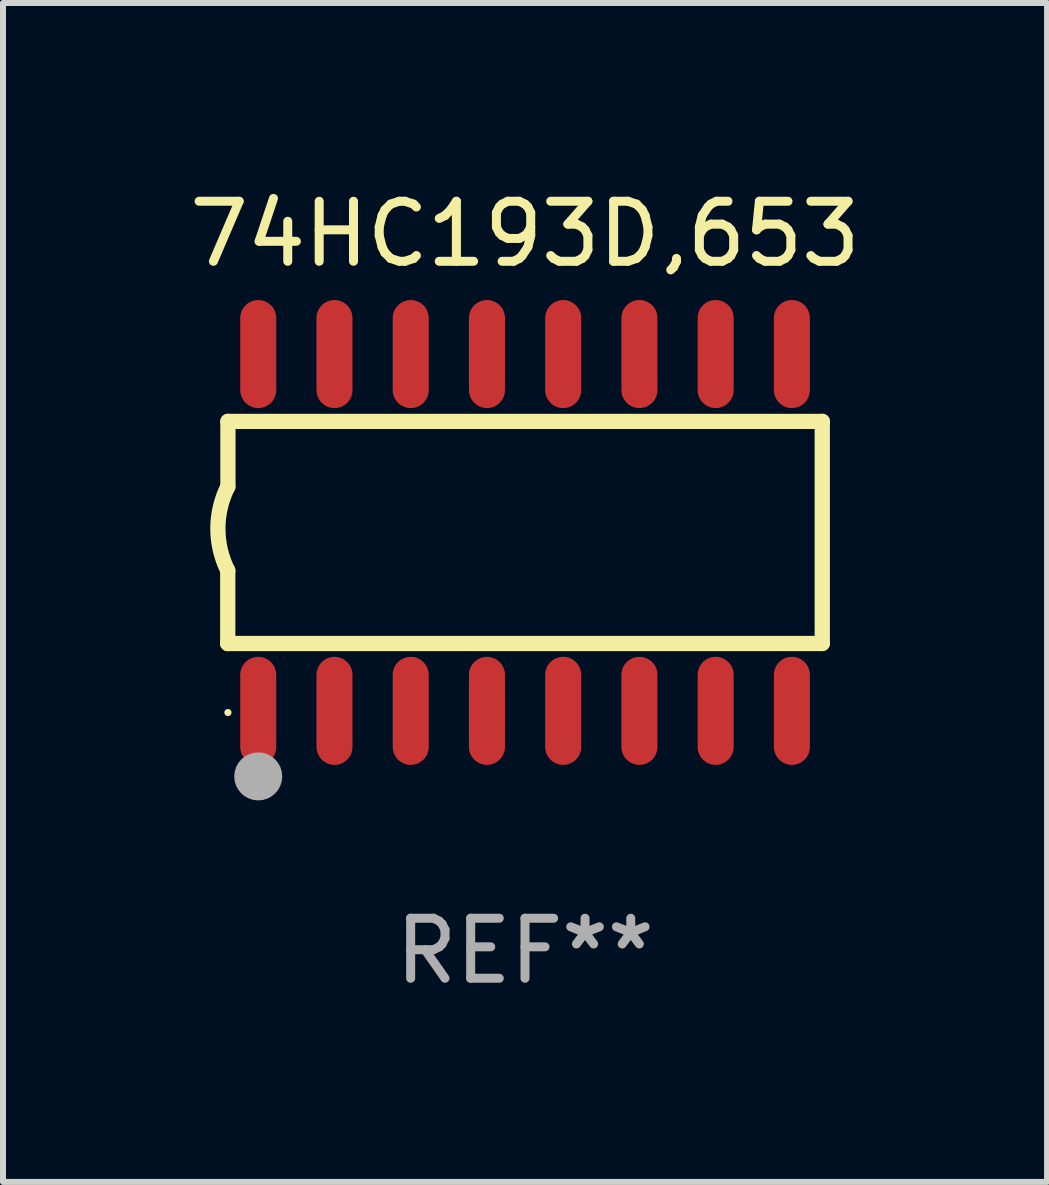
<source format=kicad_pcb>
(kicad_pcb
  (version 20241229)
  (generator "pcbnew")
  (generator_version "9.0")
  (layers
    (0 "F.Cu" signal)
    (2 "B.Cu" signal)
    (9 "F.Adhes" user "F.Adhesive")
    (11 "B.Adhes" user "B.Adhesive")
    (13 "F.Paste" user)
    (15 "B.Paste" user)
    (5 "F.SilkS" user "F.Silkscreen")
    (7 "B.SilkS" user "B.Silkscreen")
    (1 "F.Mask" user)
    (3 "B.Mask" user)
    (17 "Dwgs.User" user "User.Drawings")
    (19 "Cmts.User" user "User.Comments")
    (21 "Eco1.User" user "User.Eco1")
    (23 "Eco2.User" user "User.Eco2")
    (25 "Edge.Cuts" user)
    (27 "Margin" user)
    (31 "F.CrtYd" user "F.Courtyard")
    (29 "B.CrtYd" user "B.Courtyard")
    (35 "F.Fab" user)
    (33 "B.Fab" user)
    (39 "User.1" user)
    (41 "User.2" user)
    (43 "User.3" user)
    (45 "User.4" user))
  (footprint "74HC193D,653"
    (layer "F.Cu")
    (at 5.696 5.82)
    (property "Reference" "74HC193D,653" (at 0 -4.972 0) (layer "F.SilkS") (effects (font (size 1 1) (thickness 0.15))))
    (attr through_hole)
    (fp_line (start -4.952 0.635) (end -4.952 1.85) (stroke (width 0.254) (type solid)) (layer "F.SilkS"))
    (fp_line (start -4.952 1.85) (end -4.949 1.85) (stroke (width 0.254) (type solid)) (layer "F.SilkS"))
    (fp_line (start -4.949 -1.85) (end -4.949 -0.762) (stroke (width 0.254) (type solid)) (layer "F.SilkS"))
    (fp_line (start -4.949 1.85) (end 4.952 1.85) (stroke (width 0.254) (type solid)) (layer "F.SilkS"))
    (fp_line (start 4.952 -1.85) (end -4.949 -1.85) (stroke (width 0.254) (type solid)) (layer "F.SilkS"))
    (fp_line (start 4.952 1.85) (end 4.952 -1.85) (stroke (width 0.254) (type solid)) (layer "F.SilkS"))
    (fp_arc (start -4.951524 0.635001) (mid -5.116418 -0.0635) (end -4.951524 -0.762002) (stroke (width 0.254001) (type solid)) (layer "F.SilkS"))
    (fp_circle (center -4.949 3) (end -4.919 3) (stroke (width 0.06) (type solid)) (fill no) (layer "F.SilkS"))
    (fp_circle (center -4.444 4.064) (end -4.244 4.064) (stroke (width 0.4) (type solid)) (fill no) (layer "F.Fab"))
    (fp_text user "REF**" (at 0 6.972 0) (layer "F.Fab") (effects (font (size 1 1) (thickness 0.15))))
    (pad "1" smd oval (at -4.444 2.972 180) (size 0.6 1.8) (layers "F.Cu" "F.Mask" "F.Paste"))
    (pad "2" smd oval (at -3.174 2.972 180) (size 0.6 1.8) (layers "F.Cu" "F.Mask" "F.Paste"))
    (pad "3" smd oval (at -1.904 2.972 180) (size 0.6 1.8) (layers "F.Cu" "F.Mask" "F.Paste"))
    (pad "4" smd oval (at -0.634 2.972 180) (size 0.6 1.8) (layers "F.Cu" "F.Mask" "F.Paste"))
    (pad "5" smd oval (at 0.636 2.972 180) (size 0.6 1.8) (layers "F.Cu" "F.Mask" "F.Paste"))
    (pad "6" smd oval (at 1.906 2.972 180) (size 0.6 1.8) (layers "F.Cu" "F.Mask" "F.Paste"))
    (pad "7" smd oval (at 3.176 2.972 180) (size 0.6 1.8) (layers "F.Cu" "F.Mask" "F.Paste"))
    (pad "8" smd oval (at 4.446 2.972 180) (size 0.6 1.8) (layers "F.Cu" "F.Mask" "F.Paste"))
    (pad "9" smd oval (at 4.446 -2.972 180) (size 0.6 1.8) (layers "F.Cu" "F.Mask" "F.Paste"))
    (pad "10" smd oval (at 3.176 -2.972 180) (size 0.6 1.8) (layers "F.Cu" "F.Mask" "F.Paste"))
    (pad "11" smd oval (at 1.906 -2.972 180) (size 0.6 1.8) (layers "F.Cu" "F.Mask" "F.Paste"))
    (pad "12" smd oval (at 0.636 -2.972 180) (size 0.6 1.8) (layers "F.Cu" "F.Mask" "F.Paste"))
    (pad "13" smd oval (at -0.634 -2.972 180) (size 0.6 1.8) (layers "F.Cu" "F.Mask" "F.Paste"))
    (pad "14" smd oval (at -1.904 -2.972 180) (size 0.6 1.8) (layers "F.Cu" "F.Mask" "F.Paste"))
    (pad "15" smd oval (at -3.174 -2.972 180) (size 0.6 1.8) (layers "F.Cu" "F.Mask" "F.Paste"))
    (pad "16" smd oval (at -4.444 -2.972 180) (size 0.6 1.8) (layers "F.Cu" "F.Mask" "F.Paste")))
  (gr_rect
    (start -3 -3)
    (end 14.393 16.64)
    (stroke (width 0.1) (type default))
    (fill no)
    (layer "Edge.Cuts")))
</source>
